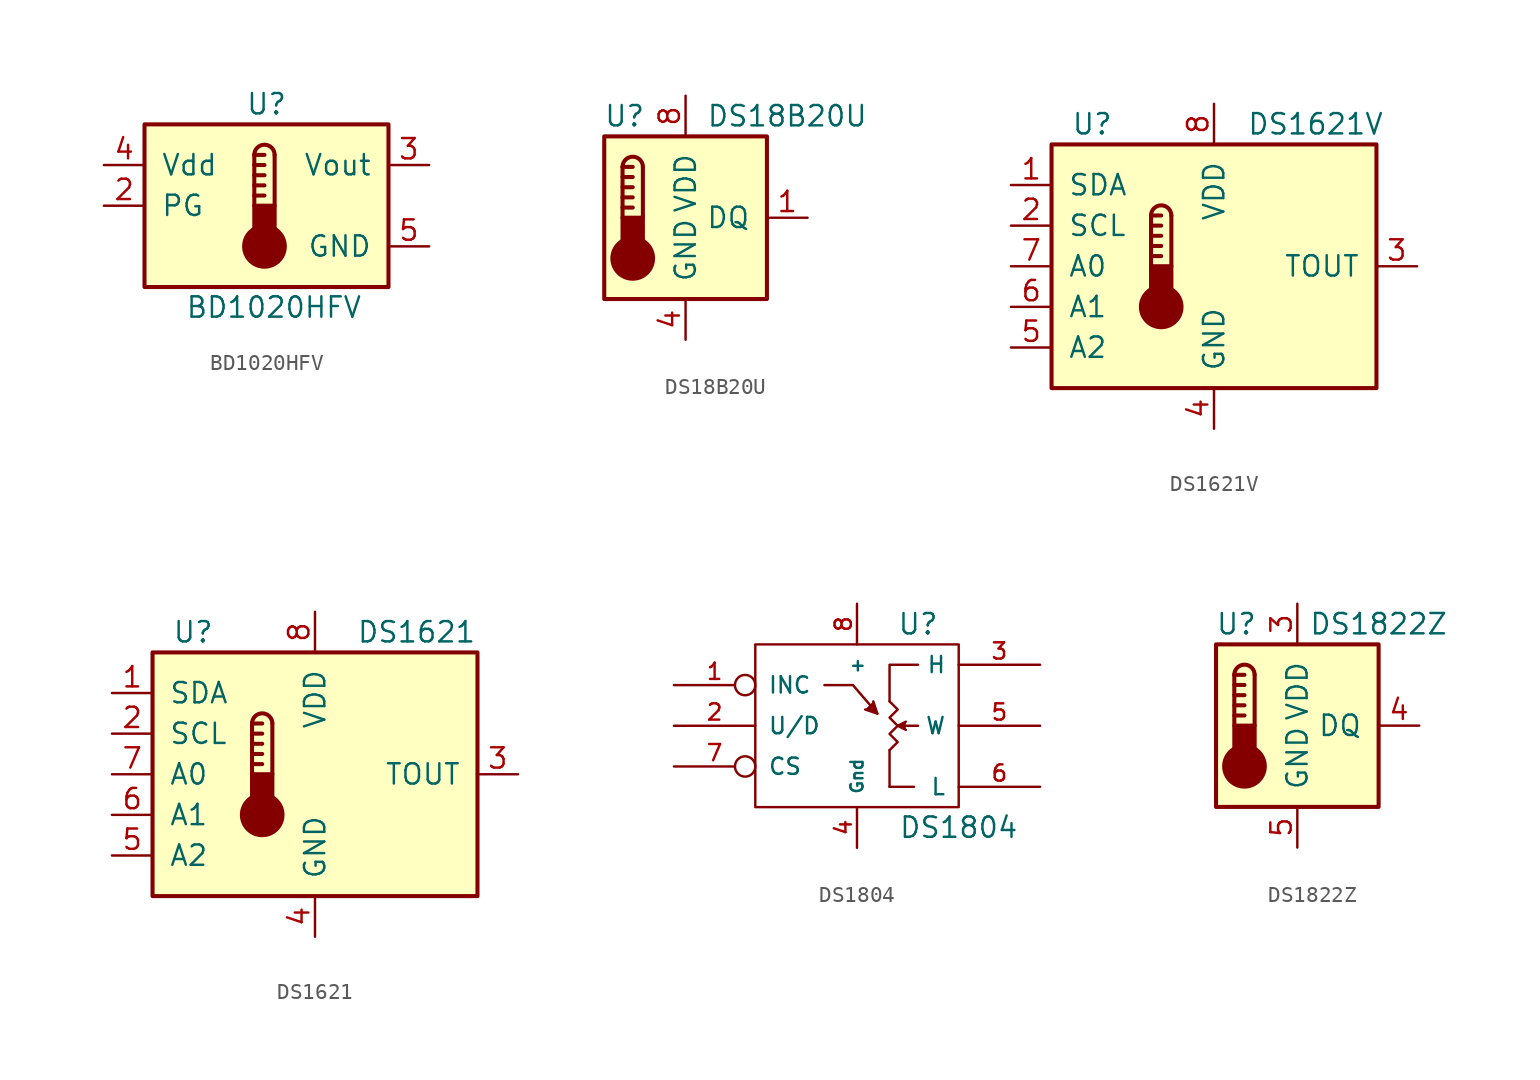
<source format=kicad_sym>
(kicad_symbol_lib
  (version 20201005)
  (generator kicad_symbol_editor)
  (symbol "BD1020HFV"
    (pin_names
      (offset 1.016))
    (property "Reference" "U"
      (at 0 6.35 0)
      (effects (font (size 1.27 1.27))))
    (property "Value" "BD1020HFV"
      (at -5.08 -6.35 0)
      (effects (font (size 1.27 1.27)) (justify left)))
    (symbol "BD1020HFV_0_1"
      (arc (start 0.508 3.175) (end -0.762 3.175) (radius (at -0.127 3.175) (length 0.635) (angles 0.1 179.9)) (stroke (width 0.254)) (fill (type none)))
      (circle (center -0.127 -2.54) (radius 1.27) (stroke (width 0.254)) (fill (type outline)))
      (rectangle (start 0.508 -1.905) (end -0.762 0) (stroke (width 0.254)) (fill (type outline)))
      (rectangle (start -7.62 5.08) (end 7.62 -5.08) (stroke (width 0.254)) (fill (type background)))
      (polyline (pts (xy -0.762 0.635) (xy -0.127 0.635)) (stroke (width 0.254)) (fill (type none)))
      (polyline (pts (xy -0.762 1.27) (xy -0.127 1.27)) (stroke (width 0.254)) (fill (type none)))
      (polyline (pts (xy -0.762 1.905) (xy -0.127 1.905)) (stroke (width 0.254)) (fill (type none)))
      (polyline (pts (xy -0.762 2.54) (xy -0.127 2.54)) (stroke (width 0.254)) (fill (type none)))
      (polyline (pts (xy -0.762 3.175) (xy -0.762 0)) (stroke (width 0.254)) (fill (type none)))
      (polyline (pts (xy -0.762 3.175) (xy -0.127 3.175)) (stroke (width 0.254)) (fill (type none)))
      (polyline (pts (xy 0.508 3.175) (xy 0.508 0)) (stroke (width 0.254)) (fill (type none))))
    (symbol "BD1020HFV_1_1"
      (pin no_connect line (at -10.16 -2.54 0) (length 2.54) hide (name "NC" (effects (font (size 1.27 1.27)))) (number "1" (effects (font (size 1.27 1.27)))))
      (pin passive line (at -10.16 0 0) (length 2.54) (name "PG" (effects (font (size 1.27 1.27)))) (number "2" (effects (font (size 1.27 1.27)))))
      (pin output line (at 10.16 2.54 180) (length 2.54) (name "Vout" (effects (font (size 1.27 1.27)))) (number "3" (effects (font (size 1.27 1.27)))))
      (pin power_in line (at -10.16 2.54 0) (length 2.54) (name "Vdd" (effects (font (size 1.27 1.27)))) (number "4" (effects (font (size 1.27 1.27)))))
      (pin power_in line (at 10.16 -2.54 180) (length 2.54) (name "GND" (effects (font (size 1.27 1.27)))) (number "5" (effects (font (size 1.27 1.27)))))))
  (symbol "DS18B20U"
    (pin_names
      (offset 1.016))
    (property "Reference" "U"
      (at -3.81 6.35 0)
      (effects (font (size 1.27 1.27))))
    (property "Value" "DS18B20U"
      (at 6.35 6.35 0)
      (effects (font (size 1.27 1.27))))
    (symbol "DS18B20U_0_1"
      (arc (start -2.667 3.175) (end -3.937 3.175) (radius (at -3.302 3.175) (length 0.635) (angles 0.1 179.9)) (stroke (width 0.254)) (fill (type none)))
      (circle (center -3.302 -2.54) (radius 1.27) (stroke (width 0.254)) (fill (type outline)))
      (rectangle (start -2.667 -1.905) (end -3.937 0) (stroke (width 0.254)) (fill (type outline)))
      (rectangle (start -5.08 5.08) (end 5.08 -5.08) (stroke (width 0.254)) (fill (type background)))
      (polyline (pts (xy -3.937 0.635) (xy -3.302 0.635)) (stroke (width 0.254)) (fill (type none)))
      (polyline (pts (xy -3.937 1.27) (xy -3.302 1.27)) (stroke (width 0.254)) (fill (type none)))
      (polyline (pts (xy -3.937 1.905) (xy -3.302 1.905)) (stroke (width 0.254)) (fill (type none)))
      (polyline (pts (xy -3.937 2.54) (xy -3.302 2.54)) (stroke (width 0.254)) (fill (type none)))
      (polyline (pts (xy -3.937 3.175) (xy -3.937 0)) (stroke (width 0.254)) (fill (type none)))
      (polyline (pts (xy -3.937 3.175) (xy -3.302 3.175)) (stroke (width 0.254)) (fill (type none)))
      (polyline (pts (xy -2.667 3.175) (xy -2.667 0)) (stroke (width 0.254)) (fill (type none))))
    (symbol "DS18B20U_1_1"
      (pin bidirectional line (at 7.62 0 180) (length 2.54) (name "DQ" (effects (font (size 1.27 1.27)))) (number "1" (effects (font (size 1.27 1.27)))))
      (pin no_connect line (at -7.62 2.54 0) (length 2.54) hide (name "NC" (effects (font (size 1.27 1.27)))) (number "2" (effects (font (size 1.27 1.27)))))
      (pin no_connect line (at -7.62 0 0) (length 2.54) hide (name "NC" (effects (font (size 1.27 1.27)))) (number "3" (effects (font (size 1.27 1.27)))))
      (pin power_in line (at 0 -7.62 90) (length 2.54) (name "GND" (effects (font (size 1.27 1.27)))) (number "4" (effects (font (size 1.27 1.27)))))
      (pin no_connect line (at -7.62 -2.54 0) (length 2.54) hide (name "NC" (effects (font (size 1.27 1.27)))) (number "5" (effects (font (size 1.27 1.27)))))
      (pin no_connect line (at 7.62 2.54 180) (length 2.54) hide (name "NC" (effects (font (size 1.27 1.27)))) (number "6" (effects (font (size 1.27 1.27)))))
      (pin no_connect line (at 7.62 -2.54 180) (length 2.54) hide (name "NC" (effects (font (size 1.27 1.27)))) (number "7" (effects (font (size 1.27 1.27)))))
      (pin power_in line (at 0 7.62 270) (length 2.54) (name "VDD" (effects (font (size 1.27 1.27)))) (number "8" (effects (font (size 1.27 1.27)))))))
  (symbol "DS1621V"
    (pin_names
      (offset 1.016))
    (property "Reference" "U"
      (at -7.62 8.89 0)
      (effects (font (size 1.27 1.27))))
    (property "Value" "DS1621V"
      (at 6.35 8.89 0)
      (effects (font (size 1.27 1.27))))
    (symbol "DS1621V_0_1"
      (arc (start -2.667 3.175) (end -3.937 3.175) (radius (at -3.302 3.175) (length 0.635) (angles 0.1 179.9)) (stroke (width 0.254)) (fill (type none)))
      (circle (center -3.302 -2.54) (radius 1.27) (stroke (width 0.254)) (fill (type outline)))
      (rectangle (start -2.667 -1.905) (end -3.937 0) (stroke (width 0.254)) (fill (type outline)))
      (rectangle (start -10.16 7.62) (end 10.16 -7.62) (stroke (width 0.254)) (fill (type background)))
      (polyline (pts (xy -3.937 0.635) (xy -3.302 0.635)) (stroke (width 0.254)) (fill (type none)))
      (polyline (pts (xy -3.937 1.27) (xy -3.302 1.27)) (stroke (width 0.254)) (fill (type none)))
      (polyline (pts (xy -3.937 1.905) (xy -3.302 1.905)) (stroke (width 0.254)) (fill (type none)))
      (polyline (pts (xy -3.937 2.54) (xy -3.302 2.54)) (stroke (width 0.254)) (fill (type none)))
      (polyline (pts (xy -3.937 3.175) (xy -3.937 0)) (stroke (width 0.254)) (fill (type none)))
      (polyline (pts (xy -3.937 3.175) (xy -3.302 3.175)) (stroke (width 0.254)) (fill (type none)))
      (polyline (pts (xy -2.667 3.175) (xy -2.667 0)) (stroke (width 0.254)) (fill (type none))))
    (symbol "DS1621V_1_1"
      (pin bidirectional line (at -12.7 5.08 0) (length 2.54) (name "SDA" (effects (font (size 1.27 1.27)))) (number "1" (effects (font (size 1.27 1.27)))))
      (pin input line (at -12.7 2.54 0) (length 2.54) (name "SCL" (effects (font (size 1.27 1.27)))) (number "2" (effects (font (size 1.27 1.27)))))
      (pin output line (at 12.7 0 180) (length 2.54) (name "TOUT" (effects (font (size 1.27 1.27)))) (number "3" (effects (font (size 1.27 1.27)))))
      (pin power_in line (at 0 -10.16 90) (length 2.54) (name "GND" (effects (font (size 1.27 1.27)))) (number "4" (effects (font (size 1.27 1.27)))))
      (pin input line (at -12.7 -5.08 0) (length 2.54) (name "A2" (effects (font (size 1.27 1.27)))) (number "5" (effects (font (size 1.27 1.27)))))
      (pin input line (at -12.7 -2.54 0) (length 2.54) (name "A1" (effects (font (size 1.27 1.27)))) (number "6" (effects (font (size 1.27 1.27)))))
      (pin input line (at -12.7 0 0) (length 2.54) (name "A0" (effects (font (size 1.27 1.27)))) (number "7" (effects (font (size 1.27 1.27)))))
      (pin power_in line (at 0 10.16 270) (length 2.54) (name "VDD" (effects (font (size 1.27 1.27)))) (number "8" (effects (font (size 1.27 1.27)))))))
  (symbol "DS1621"
    (pin_names
      (offset 1.016))
    (property "Reference" "U"
      (at -7.62 8.89 0)
      (effects (font (size 1.27 1.27))))
    (property "Value" "DS1621"
      (at 6.35 8.89 0)
      (effects (font (size 1.27 1.27))))
    (symbol "DS1621_0_1"
      (arc (start -2.667 3.175) (end -3.937 3.175) (radius (at -3.302 3.175) (length 0.635) (angles 0.1 179.9)) (stroke (width 0.254)) (fill (type none)))
      (circle (center -3.302 -2.54) (radius 1.27) (stroke (width 0.254)) (fill (type outline)))
      (rectangle (start -2.667 -1.905) (end -3.937 0) (stroke (width 0.254)) (fill (type outline)))
      (rectangle (start -10.16 7.62) (end 10.16 -7.62) (stroke (width 0.254)) (fill (type background)))
      (polyline (pts (xy -3.937 0.635) (xy -3.302 0.635)) (stroke (width 0.254)) (fill (type none)))
      (polyline (pts (xy -3.937 1.27) (xy -3.302 1.27)) (stroke (width 0.254)) (fill (type none)))
      (polyline (pts (xy -3.937 1.905) (xy -3.302 1.905)) (stroke (width 0.254)) (fill (type none)))
      (polyline (pts (xy -3.937 2.54) (xy -3.302 2.54)) (stroke (width 0.254)) (fill (type none)))
      (polyline (pts (xy -3.937 3.175) (xy -3.937 0)) (stroke (width 0.254)) (fill (type none)))
      (polyline (pts (xy -3.937 3.175) (xy -3.302 3.175)) (stroke (width 0.254)) (fill (type none)))
      (polyline (pts (xy -2.667 3.175) (xy -2.667 0)) (stroke (width 0.254)) (fill (type none))))
    (symbol "DS1621_1_1"
      (pin bidirectional line (at -12.7 5.08 0) (length 2.54) (name "SDA" (effects (font (size 1.27 1.27)))) (number "1" (effects (font (size 1.27 1.27)))))
      (pin input line (at -12.7 2.54 0) (length 2.54) (name "SCL" (effects (font (size 1.27 1.27)))) (number "2" (effects (font (size 1.27 1.27)))))
      (pin output line (at 12.7 0 180) (length 2.54) (name "TOUT" (effects (font (size 1.27 1.27)))) (number "3" (effects (font (size 1.27 1.27)))))
      (pin power_in line (at 0 -10.16 90) (length 2.54) (name "GND" (effects (font (size 1.27 1.27)))) (number "4" (effects (font (size 1.27 1.27)))))
      (pin input line (at -12.7 -5.08 0) (length 2.54) (name "A2" (effects (font (size 1.27 1.27)))) (number "5" (effects (font (size 1.27 1.27)))))
      (pin input line (at -12.7 -2.54 0) (length 2.54) (name "A1" (effects (font (size 1.27 1.27)))) (number "6" (effects (font (size 1.27 1.27)))))
      (pin input line (at -12.7 0 0) (length 2.54) (name "A0" (effects (font (size 1.27 1.27)))) (number "7" (effects (font (size 1.27 1.27)))))
      (pin power_in line (at 0 10.16 270) (length 2.54) (name "VDD" (effects (font (size 1.27 1.27)))) (number "8" (effects (font (size 1.27 1.27)))))))
  (symbol "DS1804"
    (pin_names
      (offset 0.762))
    (property "Reference" "U"
      (at 3.81 6.35 0)
      (effects (font (size 1.27 1.27))))
    (property "Value" "DS1804"
      (at 6.35 -6.35 0)
      (effects (font (size 1.27 1.27))))
    (symbol "DS1804_0_1"
      (rectangle (start -6.35 5.08) (end 6.35 -5.08) (stroke (width 0)) (fill (type none)))
      (polyline (pts (xy 2.032 -1.524) (xy 2.032 -3.81)) (stroke (width 0)) (fill (type none)))
      (polyline (pts (xy 3.556 -3.81) (xy 2.032 -3.81)) (stroke (width 0)) (fill (type none)))
      (polyline (pts (xy 3.81 0) (xy 3.048 0)) (stroke (width 0)) (fill (type none)))
      (polyline (pts (xy -2.032 2.54) (xy -0.254 2.54) (xy 1.27 0.762)) (stroke (width 0)) (fill (type none)))
      (polyline (pts (xy 2.032 1.524) (xy 2.032 3.81) (xy 3.81 3.81)) (stroke (width 0)) (fill (type none)))
      (polyline (pts (xy 2.54 0) (xy 2.032 0.508) (xy 2.54 1.016) (xy 2.032 1.524)) (stroke (width 0)) (fill (type none)))
      (polyline (pts (xy 2.54 0) (xy 2.032 -0.508) (xy 2.54 -1.016) (xy 2.032 -1.524) (xy 2.032 -1.524)) (stroke (width 0)) (fill (type none)))
      (polyline (pts (xy 1.016 1.524) (xy 1.27 0.762) (xy 0.508 1.016)) (stroke (width 0)) (fill (type outline)))
      (polyline (pts (xy 3.048 -0.254) (xy 2.54 0) (xy 3.048 0.254)) (stroke (width 0)) (fill (type outline))))
    (symbol "DS1804_1_1"
      (pin input inverted (at -11.43 2.54 0) (length 5.08) (name "INC" (effects (font (size 1.016 1.016)))) (number "1" (effects (font (size 1.016 1.016)))))
      (pin input line (at -11.43 0 0) (length 5.08) (name "U/D" (effects (font (size 1.016 1.016)))) (number "2" (effects (font (size 1.016 1.016)))))
      (pin passive line (at 11.43 3.81 180) (length 5.08) (name "H" (effects (font (size 1.016 1.016)))) (number "3" (effects (font (size 1.016 1.016)))))
      (pin power_in line (at 0 -7.62 90) (length 2.54) (name "Gnd" (effects (font (size 0.762 0.762)))) (number "4" (effects (font (size 1.016 1.016)))))
      (pin passive line (at 11.43 0 180) (length 5.08) (name "W" (effects (font (size 1.016 1.016)))) (number "5" (effects (font (size 1.016 1.016)))))
      (pin passive line (at 11.43 -3.81 180) (length 5.08) (name "L" (effects (font (size 1.016 1.016)))) (number "6" (effects (font (size 1.016 1.016)))))
      (pin input inverted (at -11.43 -2.54 0) (length 5.08) (name "CS" (effects (font (size 1.016 1.016)))) (number "7" (effects (font (size 1.016 1.016)))))
      (pin power_in line (at 0 7.62 270) (length 2.54) (name "+" (effects (font (size 0.762 0.762)))) (number "8" (effects (font (size 1.016 1.016)))))))
  (symbol "DS1822Z"
    (pin_names
      (offset 1.016))
    (property "Reference" "U"
      (at -3.81 6.35 0)
      (effects (font (size 1.27 1.27))))
    (property "Value" "DS1822Z"
      (at 5.08 6.35 0)
      (effects (font (size 1.27 1.27))))
    (symbol "DS1822Z_0_1"
      (arc (start -2.667 3.175) (end -3.937 3.175) (radius (at -3.302 3.175) (length 0.635) (angles 0.1 179.9)) (stroke (width 0.254)) (fill (type none)))
      (circle (center -3.302 -2.54) (radius 1.27) (stroke (width 0.254)) (fill (type outline)))
      (rectangle (start -2.667 -1.905) (end -3.937 0) (stroke (width 0.254)) (fill (type outline)))
      (rectangle (start -5.08 5.08) (end 5.08 -5.08) (stroke (width 0.254)) (fill (type background)))
      (polyline (pts (xy -3.937 0.635) (xy -3.302 0.635)) (stroke (width 0.254)) (fill (type none)))
      (polyline (pts (xy -3.937 1.27) (xy -3.302 1.27)) (stroke (width 0.254)) (fill (type none)))
      (polyline (pts (xy -3.937 1.905) (xy -3.302 1.905)) (stroke (width 0.254)) (fill (type none)))
      (polyline (pts (xy -3.937 2.54) (xy -3.302 2.54)) (stroke (width 0.254)) (fill (type none)))
      (polyline (pts (xy -3.937 3.175) (xy -3.937 0)) (stroke (width 0.254)) (fill (type none)))
      (polyline (pts (xy -3.937 3.175) (xy -3.302 3.175)) (stroke (width 0.254)) (fill (type none)))
      (polyline (pts (xy -2.667 3.175) (xy -2.667 0)) (stroke (width 0.254)) (fill (type none))))
    (symbol "DS1822Z_1_1"
      (pin no_connect line (at -7.62 2.54 0) (length 2.54) hide (name "NC" (effects (font (size 1.27 1.27)))) (number "1" (effects (font (size 1.27 1.27)))))
      (pin no_connect line (at -7.62 0 0) (length 2.54) hide (name "NC" (effects (font (size 1.27 1.27)))) (number "2" (effects (font (size 1.27 1.27)))))
      (pin power_in line (at 0 7.62 270) (length 2.54) (name "VDD" (effects (font (size 1.27 1.27)))) (number "3" (effects (font (size 1.27 1.27)))))
      (pin bidirectional line (at 7.62 0 180) (length 2.54) (name "DQ" (effects (font (size 1.27 1.27)))) (number "4" (effects (font (size 1.27 1.27)))))
      (pin power_in line (at 0 -7.62 90) (length 2.54) (name "GND" (effects (font (size 1.27 1.27)))) (number "5" (effects (font (size 1.27 1.27)))))
      (pin no_connect line (at -7.62 -2.54 0) (length 2.54) hide (name "NC" (effects (font (size 1.27 1.27)))) (number "6" (effects (font (size 1.27 1.27)))))
      (pin no_connect line (at 7.62 2.54 180) (length 2.54) hide (name "NC" (effects (font (size 1.27 1.27)))) (number "7" (effects (font (size 1.27 1.27)))))
      (pin no_connect line (at 7.62 -2.54 180) (length 2.54) hide (name "NC" (effects (font (size 1.27 1.27)))) (number "8" (effects (font (size 1.27 1.27))))))))
</source>
